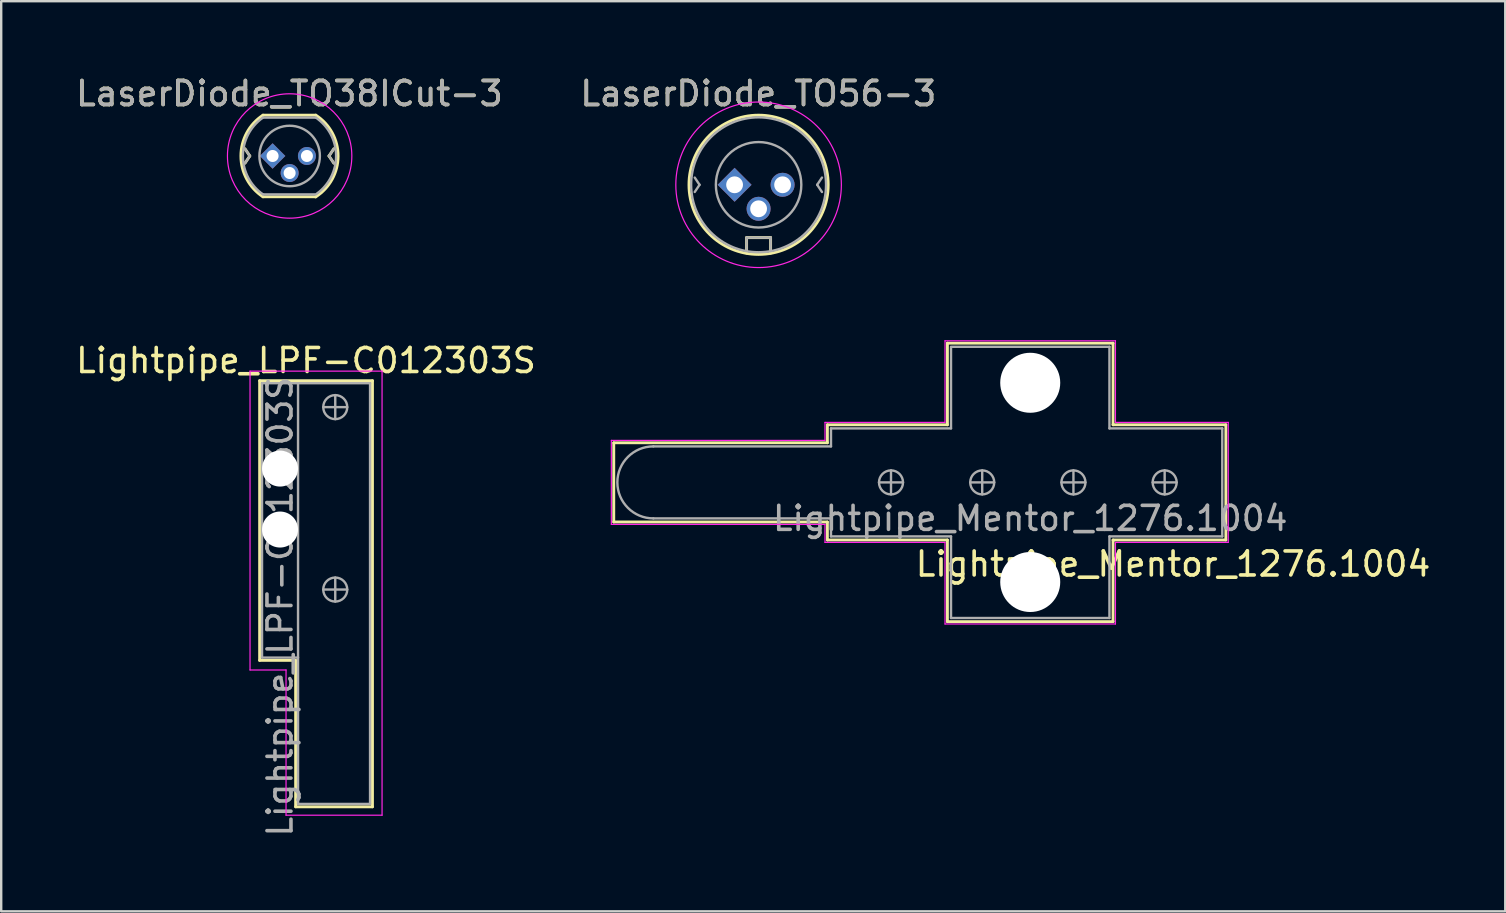
<source format=kicad_pcb>
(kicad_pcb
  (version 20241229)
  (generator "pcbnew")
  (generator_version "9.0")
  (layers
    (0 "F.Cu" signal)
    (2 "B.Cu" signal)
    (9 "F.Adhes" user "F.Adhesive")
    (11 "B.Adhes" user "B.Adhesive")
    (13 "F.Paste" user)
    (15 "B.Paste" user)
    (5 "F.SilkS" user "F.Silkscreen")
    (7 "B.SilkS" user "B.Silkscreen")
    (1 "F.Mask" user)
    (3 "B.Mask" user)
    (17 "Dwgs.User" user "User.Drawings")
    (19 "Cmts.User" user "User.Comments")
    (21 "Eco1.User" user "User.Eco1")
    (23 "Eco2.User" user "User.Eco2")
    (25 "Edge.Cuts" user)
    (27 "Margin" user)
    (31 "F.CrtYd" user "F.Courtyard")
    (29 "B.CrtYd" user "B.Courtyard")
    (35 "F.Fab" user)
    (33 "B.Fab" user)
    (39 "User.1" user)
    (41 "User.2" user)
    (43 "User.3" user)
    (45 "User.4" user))
  (footprint "LaserDiode_TO38ICut-3"
    (layer "F.Cu")
    (at 8.306 3.448)
    (property "Reference" "LaserDiode_TO38ICut-3" (at 0.7 -2.6 0) (layer "F.SilkS") (effects (font (size 1 1) (thickness 0.15))))
    (attr through_hole)
    (fp_line (start -1.15 -0.3) (end -0.95 0) (stroke (width 0.12) (type solid)) (layer "F.SilkS"))
    (fp_line (start -0.95 0) (end -1.15 0.3) (stroke (width 0.12) (type solid)) (layer "F.SilkS"))
    (fp_line (start -0.4 1.7) (end 1.8 1.7) (stroke (width 0.12) (type solid)) (layer "F.SilkS"))
    (fp_line (start 1.8 -1.7) (end -0.4 -1.7) (stroke (width 0.12) (type solid)) (layer "F.SilkS"))
    (fp_line (start 2.35 0) (end 2.55 0.3) (stroke (width 0.12) (type solid)) (layer "F.SilkS"))
    (fp_line (start 2.55 -0.3) (end 2.35 0) (stroke (width 0.12) (type solid)) (layer "F.SilkS"))
    (fp_arc (start -0.4 1.7) (mid -1.320296 0) (end -0.4 -1.7) (stroke (width 0.12) (type solid)) (layer "F.SilkS"))
    (fp_arc (start 1.8 -1.7) (mid 2.729422 0.005888) (end 1.790069 1.706327) (stroke (width 0.12) (type solid)) (layer "F.SilkS"))
    (fp_circle (center 0.71 0) (end 3.1 1) (stroke (width 0.05) (type solid)) (fill no) (layer "F.CrtYd"))
    (fp_line (start -1.15 -0.3) (end -0.95 0) (stroke (width 0.1) (type solid)) (layer "F.Fab"))
    (fp_line (start -0.95 0) (end -1.15 0.3) (stroke (width 0.1) (type solid)) (layer "F.Fab"))
    (fp_line (start -0.4 1.6) (end 1.8 1.6) (stroke (width 0.1) (type solid)) (layer "F.Fab"))
    (fp_line (start 1.8 -1.6) (end -0.4 -1.6) (stroke (width 0.1) (type solid)) (layer "F.Fab"))
    (fp_line (start 2.35 0) (end 2.55 0.3) (stroke (width 0.1) (type solid)) (layer "F.Fab"))
    (fp_line (start 2.55 -0.3) (end 2.35 0) (stroke (width 0.1) (type solid)) (layer "F.Fab"))
    (fp_arc (start -0.4 1.6) (mid -1.237313 0.008464) (end -0.413866 -1.590291) (stroke (width 0.1) (type solid)) (layer "F.Fab"))
    (fp_arc (start 1.8 -1.6) (mid 2.645842 -0.024847) (end 1.840706 1.571497) (stroke (width 0.1) (type solid)) (layer "F.Fab"))
    (fp_circle (center 0.71 0) (end 1.97 0) (stroke (width 0.1) (type solid)) (fill no) (layer "F.Fab"))
    (fp_text user "${REFERENCE}" (at 0.7 -2.6 0) (layer "F.Fab") (effects (font (size 1 1) (thickness 0.15))))
    (pad "1" thru_hole rect (at 0 0 45) (size 0.75 0.75) (drill 0.5) (layers "*.Cu" "*.Mask"))
    (pad "2" thru_hole circle (at 0.71 0.71) (size 0.75 0.75) (drill 0.5) (layers "*.Cu" "*.Mask"))
    (pad "3" thru_hole circle (at 1.43 0) (size 0.75 0.75) (drill 0.5) (layers "*.Cu" "*.Mask")))
  (footprint "Lightpipe_LPF-C012303S"
    (layer "F.Cu")
    (at 8.616 19.01)
    (property "Reference" "Lightpipe_LPF-C012303S" (at 1.08 -7.04 180) (layer "F.SilkS") (effects (font (size 1 1) (thickness 0.15))))
    (attr exclude_from_pos_files exclude_from_bom)
    (fp_line (start -0.85 -6.2) (end 3.85 -6.2) (stroke (width 0.12) (type solid)) (layer "F.SilkS"))
    (fp_line (start -0.85 5.45) (end -0.85 -6.2) (stroke (width 0.12) (type solid)) (layer "F.SilkS"))
    (fp_line (start 0.65 5.45) (end -0.85 5.45) (stroke (width 0.12) (type solid)) (layer "F.SilkS"))
    (fp_line (start 0.65 11.55) (end 0.65 5.45) (stroke (width 0.12) (type solid)) (layer "F.SilkS"))
    (fp_line (start 3.85 -6.2) (end 3.85 11.55) (stroke (width 0.12) (type solid)) (layer "F.SilkS"))
    (fp_line (start 3.85 11.55) (end 0.65 11.55) (stroke (width 0.12) (type solid)) (layer "F.SilkS"))
    (fp_line (start -1.25 -6.6) (end -1.25 5.85) (stroke (width 0.05) (type solid)) (layer "F.CrtYd"))
    (fp_line (start -1.25 -6.6) (end 4.25 -6.6) (stroke (width 0.05) (type solid)) (layer "F.CrtYd"))
    (fp_line (start -1.25 5.85) (end 0.25 5.85) (stroke (width 0.05) (type solid)) (layer "F.CrtYd"))
    (fp_line (start 0.25 5.85) (end 0.25 11.9) (stroke (width 0.05) (type solid)) (layer "F.CrtYd"))
    (fp_line (start 0.25 11.9) (end 4.25 11.9) (stroke (width 0.05) (type solid)) (layer "F.CrtYd"))
    (fp_line (start 4.25 -6.6) (end 4.25 11.9) (stroke (width 0.05) (type solid)) (layer "F.CrtYd"))
    (fp_line (start -0.75 -6.096) (end -0.75 5.334) (stroke (width 0.1) (type solid)) (layer "F.Fab"))
    (fp_line (start -0.75 -6.096) (end 3.75 -6.096) (stroke (width 0.1) (type solid)) (layer "F.Fab"))
    (fp_line (start -0.75 5.334) (end 0.75 5.334) (stroke (width 0.1) (type solid)) (layer "F.Fab"))
    (fp_line (start 0.75 -6.096) (end 0.75 11.43) (stroke (width 0.1) (type solid)) (layer "F.Fab"))
    (fp_line (start 0.75 11.43) (end 3.75 11.43) (stroke (width 0.1) (type solid)) (layer "F.Fab"))
    (fp_line (start 1.8 -5.1) (end 2.8 -5.1) (stroke (width 0.1) (type solid)) (layer "F.Fab"))
    (fp_line (start 1.8 2.5) (end 2.8 2.5) (stroke (width 0.1) (type solid)) (layer "F.Fab"))
    (fp_line (start 2.3 -4.6) (end 2.3 -5.6) (stroke (width 0.1) (type solid)) (layer "F.Fab"))
    (fp_line (start 2.3 3) (end 2.3 2) (stroke (width 0.1) (type solid)) (layer "F.Fab"))
    (fp_line (start 3.75 -6.096) (end 3.75 11.43) (stroke (width 0.1) (type solid)) (layer "F.Fab"))
    (fp_circle (center 2.3 -5.1) (end 2.8 -5.1) (stroke (width 0.1) (type solid)) (fill no) (layer "F.Fab"))
    (fp_circle (center 2.3 2.5) (end 2.8 2.5) (stroke (width 0.1) (type solid)) (fill no) (layer "F.Fab"))
    (fp_text user "${REFERENCE}" (at 0 3.21 90) (layer "F.Fab") (effects (font (size 1 1) (thickness 0.15))))
    (pad "" np_thru_hole circle (at 0 -2.54) (size 1.5 1.5) (drill 1.5) (layers "*.Cu" "*.Mask"))
    (pad "" np_thru_hole circle (at 0 0) (size 1.5 1.5) (drill 1.5) (layers "*.Cu" "*.Mask")))
  (footprint "LaserDiode_TO56-3"
    (layer "F.Cu")
    (at 27.552 4.648)
    (property "Reference" "LaserDiode_TO56-3" (at 0.99 -3.8 0) (layer "F.SilkS") (effects (font (size 1 1) (thickness 0.15))))
    (attr through_hole)
    (fp_line (start 0.5 2.2) (end 1.5 2.2) (stroke (width 0.12) (type solid)) (layer "F.SilkS"))
    (fp_line (start 0.5 2.85) (end 0.5 2.2) (stroke (width 0.12) (type solid)) (layer "F.SilkS"))
    (fp_line (start 1.5 2.2) (end 1.5 2.85) (stroke (width 0.12) (type solid)) (layer "F.SilkS"))
    (fp_circle (center 1 0) (end 3.9 0) (stroke (width 0.12) (type solid)) (fill no) (layer "F.SilkS"))
    (fp_circle (center 1 0) (end 4.3 1) (stroke (width 0.05) (type solid)) (fill no) (layer "F.CrtYd"))
    (fp_line (start -1.66 -0.3) (end -1.46 0) (stroke (width 0.1) (type solid)) (layer "F.Fab"))
    (fp_line (start -1.46 0) (end -1.66 0.3) (stroke (width 0.1) (type solid)) (layer "F.Fab"))
    (fp_line (start 0.5 2.2) (end 1.5 2.2) (stroke (width 0.1) (type solid)) (layer "F.Fab"))
    (fp_line (start 0.5 2.7) (end 0.5 2.2) (stroke (width 0.1) (type solid)) (layer "F.Fab"))
    (fp_line (start 1.5 2.2) (end 1.5 2.7) (stroke (width 0.1) (type solid)) (layer "F.Fab"))
    (fp_line (start 3.44 0) (end 3.64 0.3) (stroke (width 0.1) (type solid)) (layer "F.Fab"))
    (fp_line (start 3.64 -0.3) (end 3.44 0) (stroke (width 0.1) (type solid)) (layer "F.Fab"))
    (fp_circle (center 1 0) (end 2.78 0) (stroke (width 0.1) (type solid)) (fill no) (layer "F.Fab"))
    (fp_circle (center 1 0) (end 3.81 0) (stroke (width 0.1) (type solid)) (fill no) (layer "F.Fab"))
    (fp_text user "${REFERENCE}" (at 0.99 -3.8 0) (layer "F.Fab") (effects (font (size 1 1) (thickness 0.15))))
    (pad "1" thru_hole rect (at 0 0 45) (size 1 1) (drill 0.7) (layers "*.Cu" "*.Mask"))
    (pad "2" thru_hole circle (at 1 1) (size 1 1) (drill 0.7) (layers "*.Cu" "*.Mask"))
    (pad "3" thru_hole circle (at 2 0) (size 1 1) (drill 0.7) (layers "*.Cu" "*.Mask")))
  (footprint "Lightpipe_Mentor_1276.1004"
    (layer "F.Cu")
    (at 39.868 17.046)
    (property "Reference" "Lightpipe_Mentor_1276.1004" (at 5.95 3.4 0) (layer "F.SilkS") (effects (font (size 1 1) (thickness 0.15))))
    (attr through_hole)
    (fp_line (start -17.35 -1.65) (end -17.35 1.65) (stroke (width 0.12) (type solid)) (layer "F.SilkS"))
    (fp_line (start -17.35 1.65) (end -8.45 1.65) (stroke (width 0.12) (type solid)) (layer "F.SilkS"))
    (fp_line (start -8.45 -2.4) (end -8.45 -1.65) (stroke (width 0.12) (type solid)) (layer "F.SilkS"))
    (fp_line (start -8.45 -2.4) (end -3.45 -2.4) (stroke (width 0.12) (type solid)) (layer "F.SilkS"))
    (fp_line (start -8.45 -1.65) (end -17.35 -1.65) (stroke (width 0.12) (type solid)) (layer "F.SilkS"))
    (fp_line (start -8.45 1.65) (end -8.45 2.4) (stroke (width 0.12) (type solid)) (layer "F.SilkS"))
    (fp_line (start -3.45 -5.8) (end 3.45 -5.8) (stroke (width 0.12) (type solid)) (layer "F.SilkS"))
    (fp_line (start -3.45 -2.4) (end -3.45 -5.8) (stroke (width 0.12) (type solid)) (layer "F.SilkS"))
    (fp_line (start -3.45 2.4) (end -8.45 2.4) (stroke (width 0.12) (type solid)) (layer "F.SilkS"))
    (fp_line (start -3.45 5.8) (end -3.45 2.4) (stroke (width 0.12) (type solid)) (layer "F.SilkS"))
    (fp_line (start 3.45 -5.8) (end 3.45 -2.4) (stroke (width 0.12) (type solid)) (layer "F.SilkS"))
    (fp_line (start 3.45 -2.4) (end 8.15 -2.4) (stroke (width 0.12) (type solid)) (layer "F.SilkS"))
    (fp_line (start 3.45 2.4) (end 3.45 5.8) (stroke (width 0.12) (type solid)) (layer "F.SilkS"))
    (fp_line (start 3.45 5.8) (end -3.45 5.8) (stroke (width 0.12) (type solid)) (layer "F.SilkS"))
    (fp_line (start 8.15 -2.4) (end 8.15 2.4) (stroke (width 0.12) (type solid)) (layer "F.SilkS"))
    (fp_line (start 8.15 2.4) (end 3.45 2.4) (stroke (width 0.12) (type solid)) (layer "F.SilkS"))
    (fp_line (start -17.45 -1.75) (end -8.55 -1.75) (stroke (width 0.05) (type solid)) (layer "F.CrtYd"))
    (fp_line (start -17.45 1.75) (end -17.45 -1.75) (stroke (width 0.05) (type solid)) (layer "F.CrtYd"))
    (fp_line (start -8.55 -1.75) (end -8.55 -2.5) (stroke (width 0.05) (type solid)) (layer "F.CrtYd"))
    (fp_line (start -8.55 1.75) (end -17.45 1.75) (stroke (width 0.05) (type solid)) (layer "F.CrtYd"))
    (fp_line (start -8.55 2.5) (end -8.55 1.75) (stroke (width 0.05) (type solid)) (layer "F.CrtYd"))
    (fp_line (start -8.55 2.5) (end -3.55 2.5) (stroke (width 0.05) (type solid)) (layer "F.CrtYd"))
    (fp_line (start -3.55 -5.9) (end -3.55 -2.5) (stroke (width 0.05) (type solid)) (layer "F.CrtYd"))
    (fp_line (start -3.55 -2.5) (end -8.55 -2.5) (stroke (width 0.05) (type solid)) (layer "F.CrtYd"))
    (fp_line (start -3.55 2.5) (end -3.55 5.9) (stroke (width 0.05) (type solid)) (layer "F.CrtYd"))
    (fp_line (start -3.55 5.9) (end 3.55 5.9) (stroke (width 0.05) (type solid)) (layer "F.CrtYd"))
    (fp_line (start 3.55 -5.9) (end -3.55 -5.9) (stroke (width 0.05) (type solid)) (layer "F.CrtYd"))
    (fp_line (start 3.55 -2.5) (end 3.55 -5.9) (stroke (width 0.05) (type solid)) (layer "F.CrtYd"))
    (fp_line (start 3.55 2.5) (end 8.25 2.5) (stroke (width 0.05) (type solid)) (layer "F.CrtYd"))
    (fp_line (start 3.55 5.9) (end 3.55 2.5) (stroke (width 0.05) (type solid)) (layer "F.CrtYd"))
    (fp_line (start 8.25 -2.5) (end 3.55 -2.5) (stroke (width 0.05) (type solid)) (layer "F.CrtYd"))
    (fp_line (start 8.25 2.5) (end 8.25 -2.5) (stroke (width 0.05) (type solid)) (layer "F.CrtYd"))
    (fp_line (start -15.7 -1.5) (end -8.3 -1.5) (stroke (width 0.1) (type solid)) (layer "F.Fab"))
    (fp_line (start -15.7 1.5) (end -8.3 1.5) (stroke (width 0.1) (type solid)) (layer "F.Fab"))
    (fp_line (start -8.3 -2.25) (end -3.3 -2.25) (stroke (width 0.1) (type solid)) (layer "F.Fab"))
    (fp_line (start -8.3 -1.5) (end -8.3 -2.25) (stroke (width 0.1) (type solid)) (layer "F.Fab"))
    (fp_line (start -8.3 1.5) (end -8.3 2.25) (stroke (width 0.1) (type solid)) (layer "F.Fab"))
    (fp_line (start -8.3 2.25) (end -3.3 2.25) (stroke (width 0.1) (type solid)) (layer "F.Fab"))
    (fp_line (start -6.3 0) (end -5.3 0) (stroke (width 0.1) (type solid)) (layer "F.Fab"))
    (fp_line (start -5.8 -0.5) (end -5.8 0.5) (stroke (width 0.1) (type solid)) (layer "F.Fab"))
    (fp_line (start -3.3 -2.25) (end -3.3 -5.65) (stroke (width 0.1) (type solid)) (layer "F.Fab"))
    (fp_line (start -3.3 5.65) (end -3.3 2.25) (stroke (width 0.1) (type solid)) (layer "F.Fab"))
    (fp_line (start -3.25 -5.65) (end 3.3 -5.65) (stroke (width 0.1) (type solid)) (layer "F.Fab"))
    (fp_line (start -2.5 0) (end -1.5 0) (stroke (width 0.1) (type solid)) (layer "F.Fab"))
    (fp_line (start -2 -0.5) (end -2 0.5) (stroke (width 0.1) (type solid)) (layer "F.Fab"))
    (fp_line (start 1.3 0) (end 2.3 0) (stroke (width 0.1) (type solid)) (layer "F.Fab"))
    (fp_line (start 1.8 -0.5) (end 1.8 0.5) (stroke (width 0.1) (type solid)) (layer "F.Fab"))
    (fp_line (start 3.3 -5.65) (end 3.3 -2.25) (stroke (width 0.1) (type solid)) (layer "F.Fab"))
    (fp_line (start 3.3 -2.25) (end 8 -2.25) (stroke (width 0.1) (type solid)) (layer "F.Fab"))
    (fp_line (start 3.3 2.25) (end 3.3 5.65) (stroke (width 0.1) (type solid)) (layer "F.Fab"))
    (fp_line (start 3.3 5.65) (end -3.3 5.65) (stroke (width 0.1) (type solid)) (layer "F.Fab"))
    (fp_line (start 5.1 0) (end 6.1 0) (stroke (width 0.1) (type solid)) (layer "F.Fab"))
    (fp_line (start 5.6 -0.5) (end 5.6 0.5) (stroke (width 0.1) (type solid)) (layer "F.Fab"))
    (fp_line (start 8 -2.25) (end 8 2.25) (stroke (width 0.1) (type solid)) (layer "F.Fab"))
    (fp_line (start 8 2.25) (end 3.3 2.25) (stroke (width 0.1) (type solid)) (layer "F.Fab"))
    (fp_arc (start -15.7 1.5) (mid -17.2 0) (end -15.7 -1.5) (stroke (width 0.1) (type solid)) (layer "F.Fab"))
    (fp_circle (center -5.8 0) (end -5.8 0.5) (stroke (width 0.1) (type solid)) (fill no) (layer "F.Fab"))
    (fp_circle (center -2 0) (end -2 0.5) (stroke (width 0.1) (type solid)) (fill no) (layer "F.Fab"))
    (fp_circle (center 1.8 0) (end 1.8 0.5) (stroke (width 0.1) (type solid)) (fill no) (layer "F.Fab"))
    (fp_circle (center 5.6 0) (end 5.6 0.5) (stroke (width 0.1) (type solid)) (fill no) (layer "F.Fab"))
    (fp_text user "${REFERENCE}" (at 0 1.5 0) (layer "F.Fab") (effects (font (size 1 1) (thickness 0.15))))
    (pad "" np_thru_hole circle (at 0 -4.15) (size 2.5 2.5) (drill 2.5) (layers "*.Cu" "*.Mask"))
    (pad "" np_thru_hole circle (at 0 4.15) (size 2.5 2.5) (drill 2.5) (layers "*.Cu" "*.Mask")))
  (gr_rect
    (start -3 -3)
    (end 59.657 34.916)
    (stroke (width 0.1) (type default))
    (fill no)
    (layer "Edge.Cuts")))
</source>
